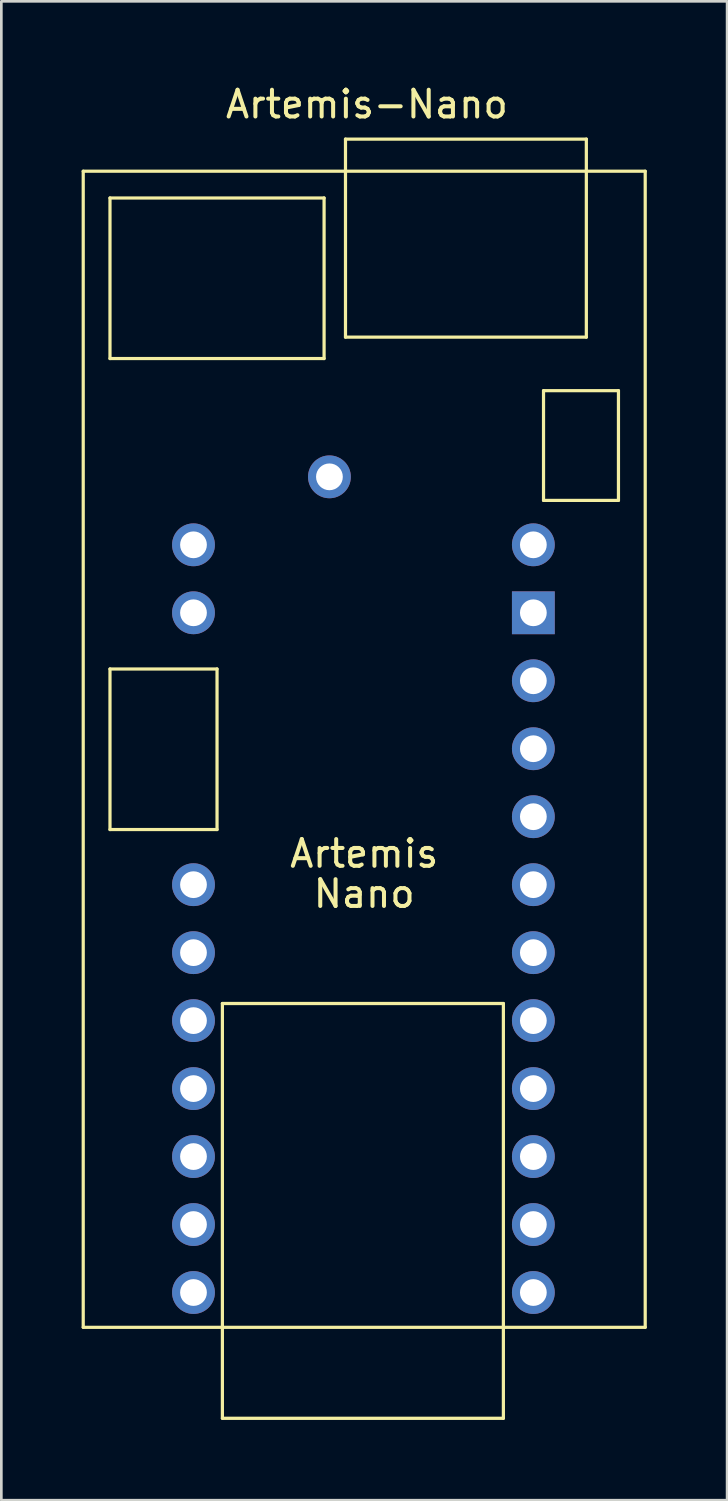
<source format=kicad_pcb>
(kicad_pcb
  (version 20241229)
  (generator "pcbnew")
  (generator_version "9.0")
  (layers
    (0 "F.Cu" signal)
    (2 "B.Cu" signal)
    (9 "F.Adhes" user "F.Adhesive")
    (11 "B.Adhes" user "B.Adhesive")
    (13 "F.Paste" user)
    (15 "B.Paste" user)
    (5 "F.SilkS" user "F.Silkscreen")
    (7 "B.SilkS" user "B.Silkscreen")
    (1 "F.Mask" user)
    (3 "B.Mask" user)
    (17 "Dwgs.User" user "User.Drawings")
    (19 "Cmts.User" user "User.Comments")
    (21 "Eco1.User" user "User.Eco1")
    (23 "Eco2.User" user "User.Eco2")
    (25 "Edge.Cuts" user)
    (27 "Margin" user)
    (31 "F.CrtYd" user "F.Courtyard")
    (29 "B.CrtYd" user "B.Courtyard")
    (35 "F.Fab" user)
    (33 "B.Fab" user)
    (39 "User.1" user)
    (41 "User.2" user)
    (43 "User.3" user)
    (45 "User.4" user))
  (footprint "Artemis-Nano"
    (layer "F.Cu")
    (at 10.56 22.548)
    (property "Reference" "Artemis-Nano" (at 0.1 -21.7 0) (layer "F.SilkS") (effects (font (size 1 1) (thickness 0.15))))
    (attr through_hole)
    (fp_line (start -10.5 -19.2) (end 10.5 -19.2) (stroke (width 0.12) (type solid)) (layer "F.SilkS"))
    (fp_line (start -10.5 24) (end -10.5 -19.2) (stroke (width 0.12) (type solid)) (layer "F.SilkS"))
    (fp_line (start -9.5 -18.2) (end -1.5 -18.2) (stroke (width 0.12) (type solid)) (layer "F.SilkS"))
    (fp_line (start -9.5 -12.2) (end -9.5 -18.2) (stroke (width 0.12) (type solid)) (layer "F.SilkS"))
    (fp_line (start -9.5 -0.6) (end -5.5 -0.6) (stroke (width 0.12) (type solid)) (layer "F.SilkS"))
    (fp_line (start -9.5 5.4) (end -9.5 -0.6) (stroke (width 0.12) (type solid)) (layer "F.SilkS"))
    (fp_line (start -5.5 -0.6) (end -5.5 5.4) (stroke (width 0.12) (type solid)) (layer "F.SilkS"))
    (fp_line (start -5.5 5.4) (end -9.5 5.4) (stroke (width 0.12) (type solid)) (layer "F.SilkS"))
    (fp_line (start -5.3 11.9) (end 5.2 11.9) (stroke (width 0.12) (type solid)) (layer "F.SilkS"))
    (fp_line (start -5.3 27.4) (end -5.3 11.9) (stroke (width 0.12) (type solid)) (layer "F.SilkS"))
    (fp_line (start -1.5 -18.2) (end -1.5 -12.2) (stroke (width 0.12) (type solid)) (layer "F.SilkS"))
    (fp_line (start -1.5 -12.2) (end -9.5 -12.2) (stroke (width 0.12) (type solid)) (layer "F.SilkS"))
    (fp_line (start -0.7 -20.4) (end 8.3 -20.4) (stroke (width 0.12) (type solid)) (layer "F.SilkS"))
    (fp_line (start -0.7 -13) (end -0.7 -20.4) (stroke (width 0.12) (type solid)) (layer "F.SilkS"))
    (fp_line (start 5.2 11.9) (end 5.2 27.4) (stroke (width 0.12) (type solid)) (layer "F.SilkS"))
    (fp_line (start 5.2 27.4) (end -5.3 27.4) (stroke (width 0.12) (type solid)) (layer "F.SilkS"))
    (fp_line (start 6.7 -11) (end 9.5 -11) (stroke (width 0.12) (type solid)) (layer "F.SilkS"))
    (fp_line (start 6.7 -6.9) (end 6.7 -11) (stroke (width 0.12) (type solid)) (layer "F.SilkS"))
    (fp_line (start 8.3 -20.4) (end 8.3 -13) (stroke (width 0.12) (type solid)) (layer "F.SilkS"))
    (fp_line (start 8.3 -13) (end -0.7 -13) (stroke (width 0.12) (type solid)) (layer "F.SilkS"))
    (fp_line (start 9.5 -11) (end 9.5 -6.9) (stroke (width 0.12) (type solid)) (layer "F.SilkS"))
    (fp_line (start 9.5 -6.9) (end 6.7 -6.9) (stroke (width 0.12) (type solid)) (layer "F.SilkS"))
    (fp_line (start 10.5 -19.2) (end 10.5 24) (stroke (width 0.12) (type solid)) (layer "F.SilkS"))
    (fp_line (start 10.5 24) (end -10.5 24) (stroke (width 0.12) (type solid)) (layer "F.SilkS"))
    (fp_text user "Artemis" (at 0 6.3 0) (layer "F.SilkS") (effects (font (size 1 1) (thickness 0.15))))
    (fp_text user "Nano" (at 0 7.8 0) (layer "F.SilkS") (effects (font (size 1 1) (thickness 0.15))))
    (pad "1" thru_hole circle (at -6.38 -5.24) (size 1.6 1.6) (drill 1) (layers "*.Cu" "*.Mask"))
    (pad "2" thru_hole circle (at -6.38 -2.7) (size 1.6 1.6) (drill 1) (layers "*.Cu" "*.Mask"))
    (pad "3" thru_hole circle (at -6.38 7.46) (size 1.6 1.6) (drill 1) (layers "*.Cu" "*.Mask"))
    (pad "4" thru_hole circle (at -6.38 10) (size 1.6 1.6) (drill 1) (layers "*.Cu" "*.Mask"))
    (pad "5" thru_hole circle (at -6.38 12.54) (size 1.6 1.6) (drill 1) (layers "*.Cu" "*.Mask"))
    (pad "6" thru_hole circle (at -6.38 15.08) (size 1.6 1.6) (drill 1) (layers "*.Cu" "*.Mask"))
    (pad "7" thru_hole circle (at -6.38 17.62) (size 1.6 1.6) (drill 1) (layers "*.Cu" "*.Mask"))
    (pad "8" thru_hole circle (at -6.38 20.16) (size 1.6 1.6) (drill 1) (layers "*.Cu" "*.Mask"))
    (pad "9" thru_hole circle (at -6.38 22.7) (size 1.6 1.6) (drill 1) (layers "*.Cu" "*.Mask"))
    (pad "10" thru_hole circle (at 6.32 22.7) (size 1.6 1.6) (drill 1) (layers "*.Cu" "*.Mask"))
    (pad "11" thru_hole circle (at 6.32 20.16) (size 1.6 1.6) (drill 1) (layers "*.Cu" "*.Mask"))
    (pad "12" thru_hole circle (at 6.32 17.62) (size 1.6 1.6) (drill 1) (layers "*.Cu" "*.Mask"))
    (pad "13" thru_hole circle (at 6.32 15.08) (size 1.6 1.6) (drill 1) (layers "*.Cu" "*.Mask"))
    (pad "14" thru_hole circle (at 6.32 12.54) (size 1.6 1.6) (drill 1) (layers "*.Cu" "*.Mask"))
    (pad "15" thru_hole circle (at 6.32 10) (size 1.6 1.6) (drill 1) (layers "*.Cu" "*.Mask"))
    (pad "16" thru_hole circle (at 6.32 7.46) (size 1.6 1.6) (drill 1) (layers "*.Cu" "*.Mask"))
    (pad "17" thru_hole circle (at 6.32 4.92) (size 1.6 1.6) (drill 1) (layers "*.Cu" "*.Mask"))
    (pad "18" thru_hole circle (at 6.32 2.38) (size 1.6 1.6) (drill 1) (layers "*.Cu" "*.Mask"))
    (pad "19" thru_hole circle (at 6.32 -0.16) (size 1.6 1.6) (drill 1) (layers "*.Cu" "*.Mask"))
    (pad "20" thru_hole rect (at 6.32 -2.7) (size 1.6 1.6) (drill 1) (layers "*.Cu" "*.Mask"))
    (pad "21" thru_hole circle (at 6.32 -5.24) (size 1.6 1.6) (drill 1) (layers "*.Cu" "*.Mask"))
    (pad "22" thru_hole circle (at -1.3 -7.78) (size 1.6 1.6) (drill 1) (layers "*.Cu" "*.Mask")))
  (gr_rect
    (start -3 -3)
    (end 24.12 53.008)
    (stroke (width 0.1) (type default))
    (fill no)
    (layer "Edge.Cuts")))
</source>
